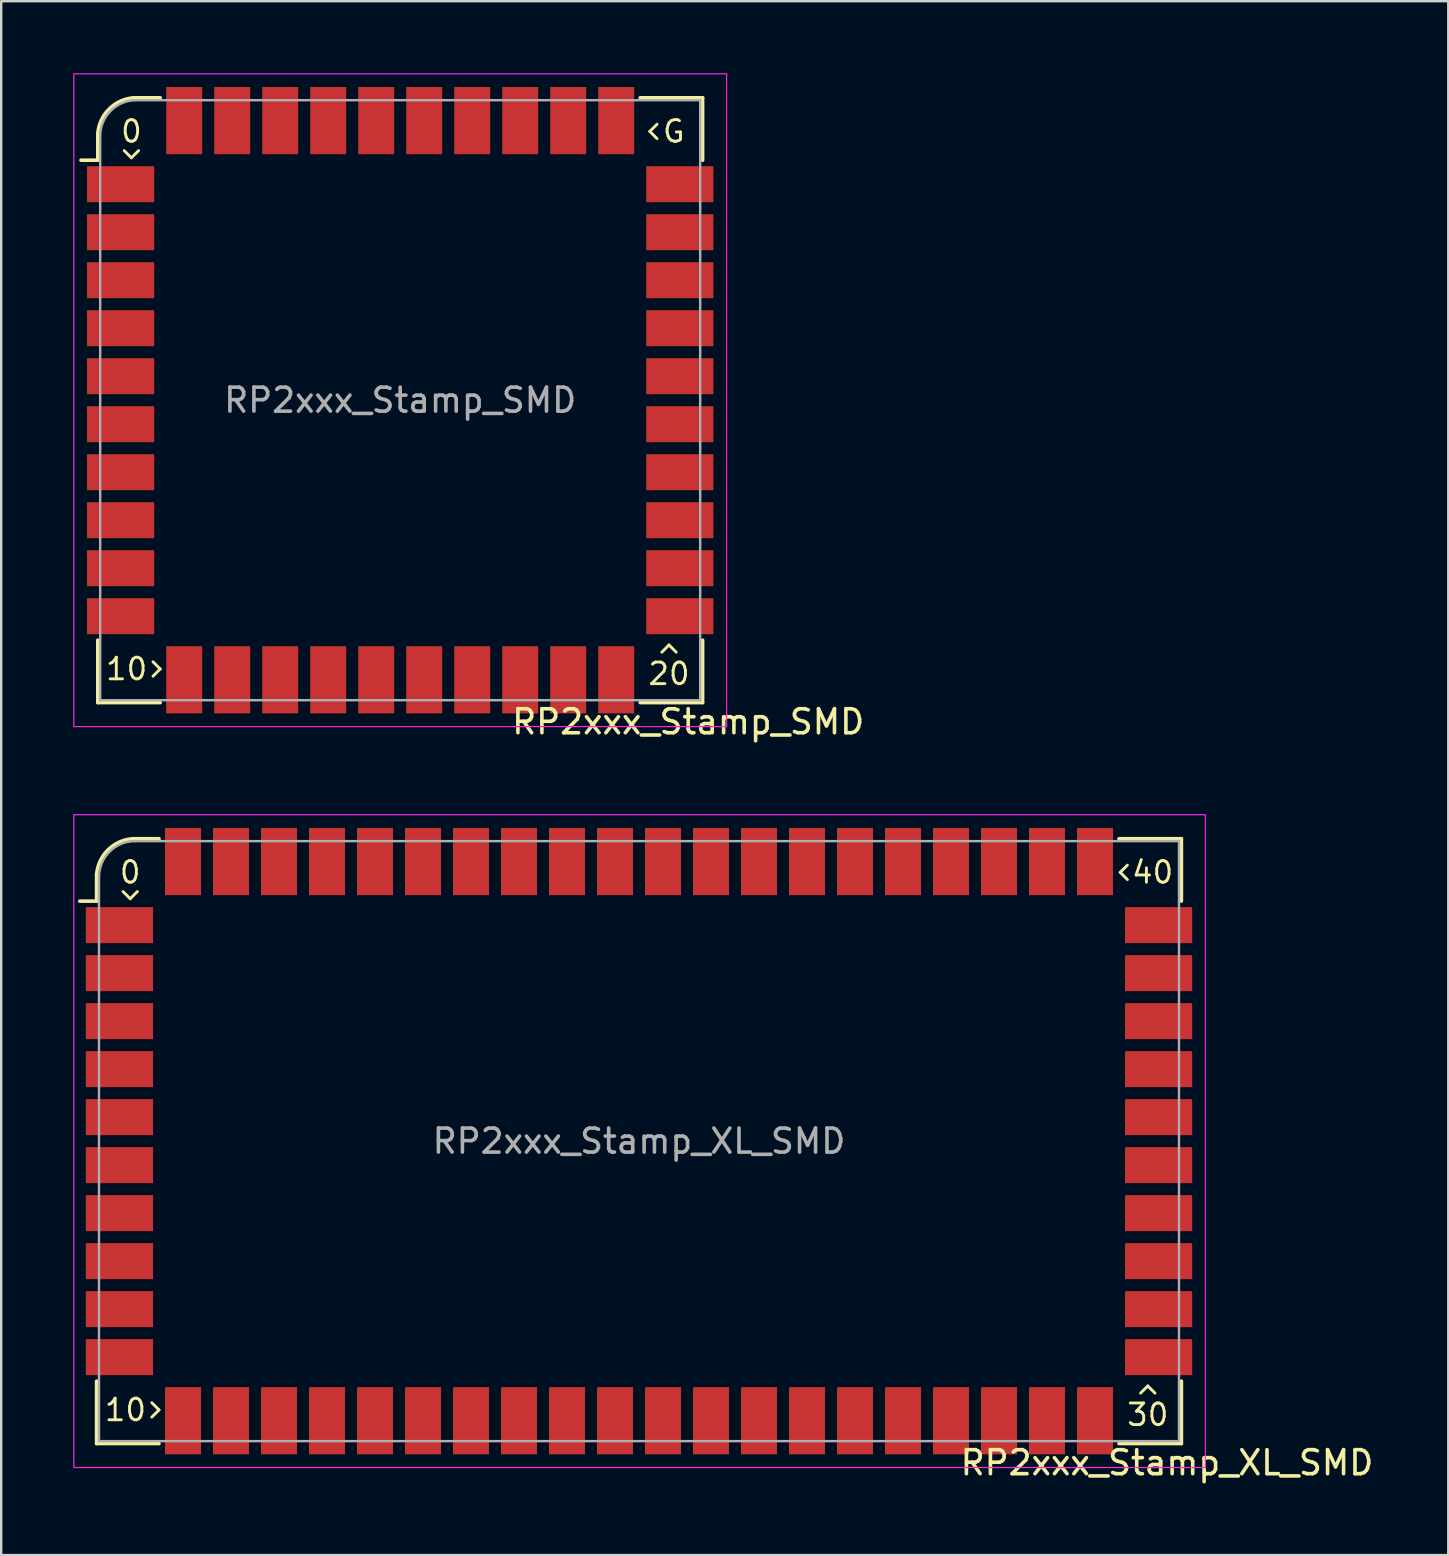
<source format=kicad_pcb>
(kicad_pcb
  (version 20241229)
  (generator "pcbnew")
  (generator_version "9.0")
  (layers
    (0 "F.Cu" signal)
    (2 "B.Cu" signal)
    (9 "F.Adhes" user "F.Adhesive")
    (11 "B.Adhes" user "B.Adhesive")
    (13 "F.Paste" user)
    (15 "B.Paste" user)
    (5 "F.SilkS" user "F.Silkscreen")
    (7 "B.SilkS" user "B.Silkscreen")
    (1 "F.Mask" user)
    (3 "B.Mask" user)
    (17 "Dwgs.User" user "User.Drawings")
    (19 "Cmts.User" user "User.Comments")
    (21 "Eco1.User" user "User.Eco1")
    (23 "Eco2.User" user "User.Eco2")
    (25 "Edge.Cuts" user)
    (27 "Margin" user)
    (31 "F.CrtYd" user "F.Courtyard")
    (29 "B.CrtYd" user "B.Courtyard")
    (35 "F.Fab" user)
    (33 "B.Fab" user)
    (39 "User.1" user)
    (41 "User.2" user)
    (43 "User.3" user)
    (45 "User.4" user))
  (footprint "RP2xxx_Stamp_XL_SMD"
    (layer "F.Cu")
    (at 23.575 44.498)
    (property "Reference" "RP2xxx_Stamp_XL_SMD" (at 22 13.4 0) (unlocked yes) (layer "F.SilkS") (effects (font (size 1 1) (thickness 0.15))))
    (attr smd)
    (fp_line (start -22.6 -10) (end -23.3 -10) (stroke (width 0.15) (type solid)) (layer "F.SilkS"))
    (fp_line (start -22.6 -10) (end -22.6 -11.1) (stroke (width 0.15) (type solid)) (layer "F.SilkS"))
    (fp_line (start -22.6 12.6) (end -22.6 10) (stroke (width 0.15) (type solid)) (layer "F.SilkS"))
    (fp_line (start -21.5 -10.4) (end -21.2 -10.1) (stroke (width 0.12) (type solid)) (layer "F.SilkS"))
    (fp_line (start -21.2 -10.1) (end -20.9 -10.4) (stroke (width 0.12) (type solid)) (layer "F.SilkS"))
    (fp_line (start -21.1 -12.6) (end -20 -12.6) (stroke (width 0.15) (type solid)) (layer "F.SilkS"))
    (fp_line (start -20.3 11.5) (end -20 11.2) (stroke (width 0.12) (type solid)) (layer "F.SilkS"))
    (fp_line (start -20 11.2) (end -20.3 10.9) (stroke (width 0.12) (type solid)) (layer "F.SilkS"))
    (fp_line (start -20 12.6) (end -22.6 12.6) (stroke (width 0.15) (type solid)) (layer "F.SilkS"))
    (fp_line (start 20 -12.6) (end 22.6 -12.6) (stroke (width 0.15) (type solid)) (layer "F.SilkS"))
    (fp_line (start 20.05 -11.2) (end 20.35 -10.9) (stroke (width 0.12) (type solid)) (layer "F.SilkS"))
    (fp_line (start 20.35 -11.5) (end 20.05 -11.2) (stroke (width 0.12) (type solid)) (layer "F.SilkS"))
    (fp_line (start 21.2 10.2) (end 20.9 10.5) (stroke (width 0.12) (type solid)) (layer "F.SilkS"))
    (fp_line (start 21.5 10.5) (end 21.2 10.2) (stroke (width 0.12) (type solid)) (layer "F.SilkS"))
    (fp_line (start 22.6 -12.6) (end 22.6 -10) (stroke (width 0.15) (type solid)) (layer "F.SilkS"))
    (fp_line (start 22.6 10) (end 22.6 12.6) (stroke (width 0.15) (type solid)) (layer "F.SilkS"))
    (fp_line (start 22.6 12.6) (end 20 12.6) (stroke (width 0.15) (type solid)) (layer "F.SilkS"))
    (fp_arc (start -22.6 -11.1) (mid -22.129432 -12.129432) (end -21.1 -12.6) (stroke (width 0.15) (type solid)) (layer "F.SilkS"))
    (fp_rect (start -23.55 -13.6) (end 23.6 13.6) (stroke (width 0.05) (type solid)) (fill no) (layer "F.CrtYd"))
    (fp_line (start -22.5 12.5) (end -22.5 -11) (stroke (width 0.1) (type solid)) (layer "F.Fab"))
    (fp_line (start -21 -12.5) (end 22.5 -12.5) (stroke (width 0.1) (type solid)) (layer "F.Fab"))
    (fp_line (start 22.5 -12.5) (end 22.5 12.5) (stroke (width 0.1) (type solid)) (layer "F.Fab"))
    (fp_line (start 22.5 12.5) (end -22.5 12.5) (stroke (width 0.1) (type solid)) (layer "F.Fab"))
    (fp_arc (start -22.500003 -11.000003) (mid -22.060661 -12.060662) (end -21 -12.5) (stroke (width 0.1) (type solid)) (layer "F.Fab"))
    (fp_text user "10" (at -21.4 11.2 0) (unlocked yes) (layer "F.SilkS") (effects (font (size 0.9 0.9) (thickness 0.12))))
    (fp_text user "30" (at 21.2 11.4 0) (unlocked yes) (layer "F.SilkS") (effects (font (size 0.9 0.9) (thickness 0.12))))
    (fp_text user "0" (at -21.2 -11.2 0) (unlocked yes) (layer "F.SilkS") (effects (font (size 0.9 0.9) (thickness 0.12))))
    (fp_text user "40" (at 21.4 -11.2 0) (unlocked yes) (layer "F.SilkS") (effects (font (size 0.9 0.9) (thickness 0.12))))
    (fp_text user "${REFERENCE}" (at 0 0 0) (unlocked yes) (layer "F.Fab") (effects (font (size 1 1) (thickness 0.15))))
    (pad "1" smd rect (at -21.65 -9) (size 2.8 1.5) (layers "F.Cu" "F.Mask" "F.Paste"))
    (pad "2" smd rect (at -21.65 -7) (size 2.8 1.5) (layers "F.Cu" "F.Mask" "F.Paste"))
    (pad "3" smd rect (at -21.65 -5) (size 2.8 1.5) (layers "F.Cu" "F.Mask" "F.Paste"))
    (pad "4" smd rect (at -21.65 -3) (size 2.8 1.5) (layers "F.Cu" "F.Mask" "F.Paste"))
    (pad "5" smd rect (at -21.65 -1) (size 2.8 1.5) (layers "F.Cu" "F.Mask" "F.Paste"))
    (pad "6" smd rect (at -21.65 1) (size 2.8 1.5) (layers "F.Cu" "F.Mask" "F.Paste"))
    (pad "7" smd rect (at -21.65 3) (size 2.8 1.5) (layers "F.Cu" "F.Mask" "F.Paste"))
    (pad "8" smd rect (at -21.65 5) (size 2.8 1.5) (layers "F.Cu" "F.Mask" "F.Paste"))
    (pad "9" smd rect (at -21.65 7) (size 2.8 1.5) (layers "F.Cu" "F.Mask" "F.Paste"))
    (pad "10" smd rect (at -21.65 9) (size 2.8 1.5) (layers "F.Cu" "F.Mask" "F.Paste"))
    (pad "11" smd rect (at -19 11.65 270) (size 2.8 1.5) (layers "F.Cu" "F.Mask" "F.Paste"))
    (pad "12" smd rect (at -17 11.65 270) (size 2.8 1.5) (layers "F.Cu" "F.Mask" "F.Paste"))
    (pad "13" smd rect (at -15 11.65 270) (size 2.8 1.5) (layers "F.Cu" "F.Mask" "F.Paste"))
    (pad "14" smd rect (at -13 11.65 270) (size 2.8 1.5) (layers "F.Cu" "F.Mask" "F.Paste"))
    (pad "15" smd rect (at -11 11.65 270) (size 2.8 1.5) (layers "F.Cu" "F.Mask" "F.Paste"))
    (pad "16" smd rect (at -9 11.65 270) (size 2.8 1.5) (layers "F.Cu" "F.Mask" "F.Paste"))
    (pad "17" smd rect (at -7 11.65 270) (size 2.8 1.5) (layers "F.Cu" "F.Mask" "F.Paste"))
    (pad "18" smd rect (at -5 11.65 270) (size 2.8 1.5) (layers "F.Cu" "F.Mask" "F.Paste"))
    (pad "19" smd rect (at -3 11.65 270) (size 2.8 1.5) (layers "F.Cu" "F.Mask" "F.Paste"))
    (pad "20" smd rect (at -1 11.65 270) (size 2.8 1.5) (layers "F.Cu" "F.Mask" "F.Paste"))
    (pad "21" smd rect (at 1 11.65 270) (size 2.8 1.5) (layers "F.Cu" "F.Mask" "F.Paste"))
    (pad "22" smd rect (at 3 11.65 270) (size 2.8 1.5) (layers "F.Cu" "F.Mask" "F.Paste"))
    (pad "23" smd rect (at 5 11.65 270) (size 2.8 1.5) (layers "F.Cu" "F.Mask" "F.Paste"))
    (pad "24" smd rect (at 7 11.65 270) (size 2.8 1.5) (layers "F.Cu" "F.Mask" "F.Paste"))
    (pad "25" smd rect (at 9 11.65 270) (size 2.8 1.5) (layers "F.Cu" "F.Mask" "F.Paste"))
    (pad "26" smd rect (at 11 11.65 270) (size 2.8 1.5) (layers "F.Cu" "F.Mask" "F.Paste"))
    (pad "27" smd rect (at 13 11.65 270) (size 2.8 1.5) (layers "F.Cu" "F.Mask" "F.Paste"))
    (pad "28" smd rect (at 15 11.65 270) (size 2.8 1.5) (layers "F.Cu" "F.Mask" "F.Paste"))
    (pad "29" smd rect (at 17 11.65 270) (size 2.8 1.5) (layers "F.Cu" "F.Mask" "F.Paste"))
    (pad "30" smd rect (at 19 11.65 270) (size 2.8 1.5) (layers "F.Cu" "F.Mask" "F.Paste"))
    (pad "31" smd rect (at -1 -11.65 270) (size 2.8 1.5) (layers "F.Cu" "F.Mask" "F.Paste"))
    (pad "32" smd rect (at -3 -11.65 270) (size 2.8 1.5) (layers "F.Cu" "F.Mask" "F.Paste"))
    (pad "33" smd rect (at -5 -11.65 270) (size 2.8 1.5) (layers "F.Cu" "F.Mask" "F.Paste"))
    (pad "34" smd rect (at -7 -11.65 270) (size 2.8 1.5) (layers "F.Cu" "F.Mask" "F.Paste"))
    (pad "35" smd rect (at -9 -11.65 270) (size 2.8 1.5) (layers "F.Cu" "F.Mask" "F.Paste"))
    (pad "36" smd rect (at -11 -11.65 270) (size 2.8 1.5) (layers "F.Cu" "F.Mask" "F.Paste"))
    (pad "37" smd rect (at -13 -11.65 270) (size 2.8 1.5) (layers "F.Cu" "F.Mask" "F.Paste"))
    (pad "38" smd rect (at -15 -11.65 270) (size 2.8 1.5) (layers "F.Cu" "F.Mask" "F.Paste"))
    (pad "39" smd rect (at -17 -11.65 270) (size 2.8 1.5) (layers "F.Cu" "F.Mask" "F.Paste"))
    (pad "40" smd rect (at -19 -11.65 270) (size 2.8 1.5) (layers "F.Cu" "F.Mask" "F.Paste"))
    (pad "41" smd rect (at 21.65 9) (size 2.8 1.5) (layers "F.Cu" "F.Mask" "F.Paste"))
    (pad "42" smd rect (at 21.65 7) (size 2.8 1.5) (layers "F.Cu" "F.Mask" "F.Paste"))
    (pad "43" smd rect (at 21.65 5) (size 2.8 1.5) (layers "F.Cu" "F.Mask" "F.Paste"))
    (pad "44" smd rect (at 21.65 3) (size 2.8 1.5) (layers "F.Cu" "F.Mask" "F.Paste"))
    (pad "45" smd rect (at 21.65 1) (size 2.8 1.5) (layers "F.Cu" "F.Mask" "F.Paste"))
    (pad "46" smd rect (at 21.65 -1) (size 2.8 1.5) (layers "F.Cu" "F.Mask" "F.Paste"))
    (pad "47" smd rect (at 21.65 -3) (size 2.8 1.5) (layers "F.Cu" "F.Mask" "F.Paste"))
    (pad "48" smd rect (at 21.65 -5) (size 2.8 1.5) (layers "F.Cu" "F.Mask" "F.Paste"))
    (pad "49" smd rect (at 21.65 -7) (size 2.8 1.5) (layers "F.Cu" "F.Mask" "F.Paste"))
    (pad "50" smd rect (at 21.65 -9) (size 2.8 1.5) (layers "F.Cu" "F.Mask" "F.Paste"))
    (pad "51" smd rect (at 19 -11.65 270) (size 2.8 1.5) (layers "F.Cu" "F.Mask" "F.Paste"))
    (pad "52" smd rect (at 17 -11.65 270) (size 2.8 1.5) (layers "F.Cu" "F.Mask" "F.Paste"))
    (pad "53" smd rect (at 15 -11.65 270) (size 2.8 1.5) (layers "F.Cu" "F.Mask" "F.Paste"))
    (pad "54" smd rect (at 13 -11.65 270) (size 2.8 1.5) (layers "F.Cu" "F.Mask" "F.Paste"))
    (pad "55" smd rect (at 11 -11.65 270) (size 2.8 1.5) (layers "F.Cu" "F.Mask" "F.Paste"))
    (pad "56" smd rect (at 9 -11.65 270) (size 2.8 1.5) (layers "F.Cu" "F.Mask" "F.Paste"))
    (pad "57" smd rect (at 7 -11.65 270) (size 2.8 1.5) (layers "F.Cu" "F.Mask" "F.Paste"))
    (pad "58" smd rect (at 5 -11.65 270) (size 2.8 1.5) (layers "F.Cu" "F.Mask" "F.Paste"))
    (pad "59" smd rect (at 3 -11.65 270) (size 2.8 1.5) (layers "F.Cu" "F.Mask" "F.Paste"))
    (pad "60" smd rect (at 1 -11.65 270) (size 2.8 1.5) (layers "F.Cu" "F.Mask" "F.Paste")))
  (footprint "RP2xxx_Stamp_SMD"
    (layer "F.Cu")
    (at 13.625 13.625)
    (property "Reference" "RP2xxx_Stamp_SMD" (at 12 13.4 0) (unlocked yes) (layer "F.SilkS") (effects (font (size 1 1) (thickness 0.15))))
    (attr smd)
    (fp_line (start -12.6 -10) (end -13.3 -10) (stroke (width 0.15) (type solid)) (layer "F.SilkS"))
    (fp_line (start -12.6 -10) (end -12.6 -11.1) (stroke (width 0.15) (type solid)) (layer "F.SilkS"))
    (fp_line (start -12.6 12.6) (end -12.6 10) (stroke (width 0.15) (type solid)) (layer "F.SilkS"))
    (fp_line (start -11.5 -10.4) (end -11.2 -10.1) (stroke (width 0.12) (type solid)) (layer "F.SilkS"))
    (fp_line (start -11.2 -10.1) (end -10.9 -10.4) (stroke (width 0.12) (type solid)) (layer "F.SilkS"))
    (fp_line (start -11.1 -12.6) (end -10 -12.6) (stroke (width 0.15) (type solid)) (layer "F.SilkS"))
    (fp_line (start -10.3 11.5) (end -10 11.2) (stroke (width 0.12) (type solid)) (layer "F.SilkS"))
    (fp_line (start -10 11.2) (end -10.3 10.9) (stroke (width 0.12) (type solid)) (layer "F.SilkS"))
    (fp_line (start -10 12.6) (end -12.6 12.6) (stroke (width 0.15) (type solid)) (layer "F.SilkS"))
    (fp_line (start 10 -12.6) (end 12.6 -12.6) (stroke (width 0.15) (type solid)) (layer "F.SilkS"))
    (fp_line (start 10.4 -11.2) (end 10.7 -10.9) (stroke (width 0.12) (type solid)) (layer "F.SilkS"))
    (fp_line (start 10.7 -11.5) (end 10.4 -11.2) (stroke (width 0.12) (type solid)) (layer "F.SilkS"))
    (fp_line (start 11.2 10.2) (end 10.9 10.5) (stroke (width 0.12) (type solid)) (layer "F.SilkS"))
    (fp_line (start 11.5 10.5) (end 11.2 10.2) (stroke (width 0.12) (type solid)) (layer "F.SilkS"))
    (fp_line (start 12.6 -12.6) (end 12.6 -10) (stroke (width 0.15) (type solid)) (layer "F.SilkS"))
    (fp_line (start 12.6 10) (end 12.6 12.6) (stroke (width 0.15) (type solid)) (layer "F.SilkS"))
    (fp_line (start 12.6 12.6) (end 10 12.6) (stroke (width 0.15) (type solid)) (layer "F.SilkS"))
    (fp_arc (start -12.6 -11.1) (mid -12.129432 -12.129432) (end -11.1 -12.6) (stroke (width 0.15) (type solid)) (layer "F.SilkS"))
    (fp_rect (start -13.6 -13.6) (end 13.6 13.6) (stroke (width 0.05) (type solid)) (fill no) (layer "F.CrtYd"))
    (fp_line (start -12.5 12.5) (end -12.5 -11) (stroke (width 0.1) (type solid)) (layer "F.Fab"))
    (fp_line (start -11 -12.5) (end 12.5 -12.5) (stroke (width 0.1) (type solid)) (layer "F.Fab"))
    (fp_line (start 12.5 -12.5) (end 12.5 12.5) (stroke (width 0.1) (type solid)) (layer "F.Fab"))
    (fp_line (start 12.5 12.5) (end -12.5 12.5) (stroke (width 0.1) (type solid)) (layer "F.Fab"))
    (fp_arc (start -12.500003 -11.000003) (mid -12.060661 -12.060662) (end -11 -12.5) (stroke (width 0.1) (type solid)) (layer "F.Fab"))
    (fp_text user "10" (at -11.4 11.2 0) (unlocked yes) (layer "F.SilkS") (effects (font (size 0.9 0.9) (thickness 0.12))))
    (fp_text user "20" (at 11.2 11.4 0) (unlocked yes) (layer "F.SilkS") (effects (font (size 0.9 0.9) (thickness 0.12))))
    (fp_text user "0" (at -11.2 -11.2 0) (unlocked yes) (layer "F.SilkS") (effects (font (size 0.9 0.9) (thickness 0.12))))
    (fp_text user "G" (at 11.4 -11.2 0) (unlocked yes) (layer "F.SilkS") (effects (font (size 0.9 0.9) (thickness 0.12))))
    (fp_text user "${REFERENCE}" (at 0 0 0) (unlocked yes) (layer "F.Fab") (effects (font (size 1 1) (thickness 0.15))))
    (pad "1" smd rect (at -11.65 -9) (size 2.8 1.5) (layers "F.Cu" "F.Mask" "F.Paste"))
    (pad "2" smd rect (at -11.65 -7) (size 2.8 1.5) (layers "F.Cu" "F.Mask" "F.Paste"))
    (pad "3" smd rect (at -11.65 -5) (size 2.8 1.5) (layers "F.Cu" "F.Mask" "F.Paste"))
    (pad "4" smd rect (at -11.65 -3) (size 2.8 1.5) (layers "F.Cu" "F.Mask" "F.Paste"))
    (pad "5" smd rect (at -11.65 -1) (size 2.8 1.5) (layers "F.Cu" "F.Mask" "F.Paste"))
    (pad "6" smd rect (at -11.65 1) (size 2.8 1.5) (layers "F.Cu" "F.Mask" "F.Paste"))
    (pad "7" smd rect (at -11.65 3) (size 2.8 1.5) (layers "F.Cu" "F.Mask" "F.Paste"))
    (pad "8" smd rect (at -11.65 5) (size 2.8 1.5) (layers "F.Cu" "F.Mask" "F.Paste"))
    (pad "9" smd rect (at -11.65 7) (size 2.8 1.5) (layers "F.Cu" "F.Mask" "F.Paste"))
    (pad "10" smd rect (at -11.65 9) (size 2.8 1.5) (layers "F.Cu" "F.Mask" "F.Paste"))
    (pad "11" smd rect (at -9 11.65 270) (size 2.8 1.5) (layers "F.Cu" "F.Mask" "F.Paste"))
    (pad "12" smd rect (at -7 11.65 270) (size 2.8 1.5) (layers "F.Cu" "F.Mask" "F.Paste"))
    (pad "13" smd rect (at -5 11.65 270) (size 2.8 1.5) (layers "F.Cu" "F.Mask" "F.Paste"))
    (pad "14" smd rect (at -3 11.65 270) (size 2.8 1.5) (layers "F.Cu" "F.Mask" "F.Paste"))
    (pad "15" smd rect (at -1 11.65 270) (size 2.8 1.5) (layers "F.Cu" "F.Mask" "F.Paste"))
    (pad "16" smd rect (at 1 11.65 270) (size 2.8 1.5) (layers "F.Cu" "F.Mask" "F.Paste"))
    (pad "17" smd rect (at 3 11.65 270) (size 2.8 1.5) (layers "F.Cu" "F.Mask" "F.Paste"))
    (pad "18" smd rect (at 5 11.65 270) (size 2.8 1.5) (layers "F.Cu" "F.Mask" "F.Paste"))
    (pad "19" smd rect (at 7 11.65 270) (size 2.8 1.5) (layers "F.Cu" "F.Mask" "F.Paste"))
    (pad "20" smd rect (at 9 11.65 270) (size 2.8 1.5) (layers "F.Cu" "F.Mask" "F.Paste"))
    (pad "21" smd rect (at 11.65 9) (size 2.8 1.5) (layers "F.Cu" "F.Mask" "F.Paste"))
    (pad "22" smd rect (at 11.65 7) (size 2.8 1.5) (layers "F.Cu" "F.Mask" "F.Paste"))
    (pad "23" smd rect (at 11.65 5) (size 2.8 1.5) (layers "F.Cu" "F.Mask" "F.Paste"))
    (pad "24" smd rect (at 11.65 3) (size 2.8 1.5) (layers "F.Cu" "F.Mask" "F.Paste"))
    (pad "25" smd rect (at 11.65 1) (size 2.8 1.5) (layers "F.Cu" "F.Mask" "F.Paste"))
    (pad "26" smd rect (at 11.65 -1) (size 2.8 1.5) (layers "F.Cu" "F.Mask" "F.Paste"))
    (pad "27" smd rect (at 11.65 -3) (size 2.8 1.5) (layers "F.Cu" "F.Mask" "F.Paste"))
    (pad "28" smd rect (at 11.65 -5) (size 2.8 1.5) (layers "F.Cu" "F.Mask" "F.Paste"))
    (pad "29" smd rect (at 11.65 -7) (size 2.8 1.5) (layers "F.Cu" "F.Mask" "F.Paste"))
    (pad "30" smd rect (at 11.65 -9) (size 2.8 1.5) (layers "F.Cu" "F.Mask" "F.Paste"))
    (pad "31" smd rect (at 9 -11.65 270) (size 2.8 1.5) (layers "F.Cu" "F.Mask" "F.Paste"))
    (pad "32" smd rect (at 7 -11.65 270) (size 2.8 1.5) (layers "F.Cu" "F.Mask" "F.Paste"))
    (pad "33" smd rect (at 5 -11.65 270) (size 2.8 1.5) (layers "F.Cu" "F.Mask" "F.Paste"))
    (pad "34" smd rect (at 3 -11.65 270) (size 2.8 1.5) (layers "F.Cu" "F.Mask" "F.Paste"))
    (pad "35" smd rect (at 1 -11.65 270) (size 2.8 1.5) (layers "F.Cu" "F.Mask" "F.Paste"))
    (pad "36" smd rect (at -1 -11.65 270) (size 2.8 1.5) (layers "F.Cu" "F.Mask" "F.Paste"))
    (pad "37" smd rect (at -3 -11.65 270) (size 2.8 1.5) (layers "F.Cu" "F.Mask" "F.Paste"))
    (pad "38" smd rect (at -5 -11.65 270) (size 2.8 1.5) (layers "F.Cu" "F.Mask" "F.Paste"))
    (pad "39" smd rect (at -7 -11.65 270) (size 2.8 1.5) (layers "F.Cu" "F.Mask" "F.Paste"))
    (pad "40" smd rect (at -9 -11.65 270) (size 2.8 1.5) (layers "F.Cu" "F.Mask" "F.Paste")))
  (gr_rect
    (start -3 -3)
    (end 57.295 61.746)
    (stroke (width 0.1) (type default))
    (fill no)
    (layer "Edge.Cuts")))
</source>
